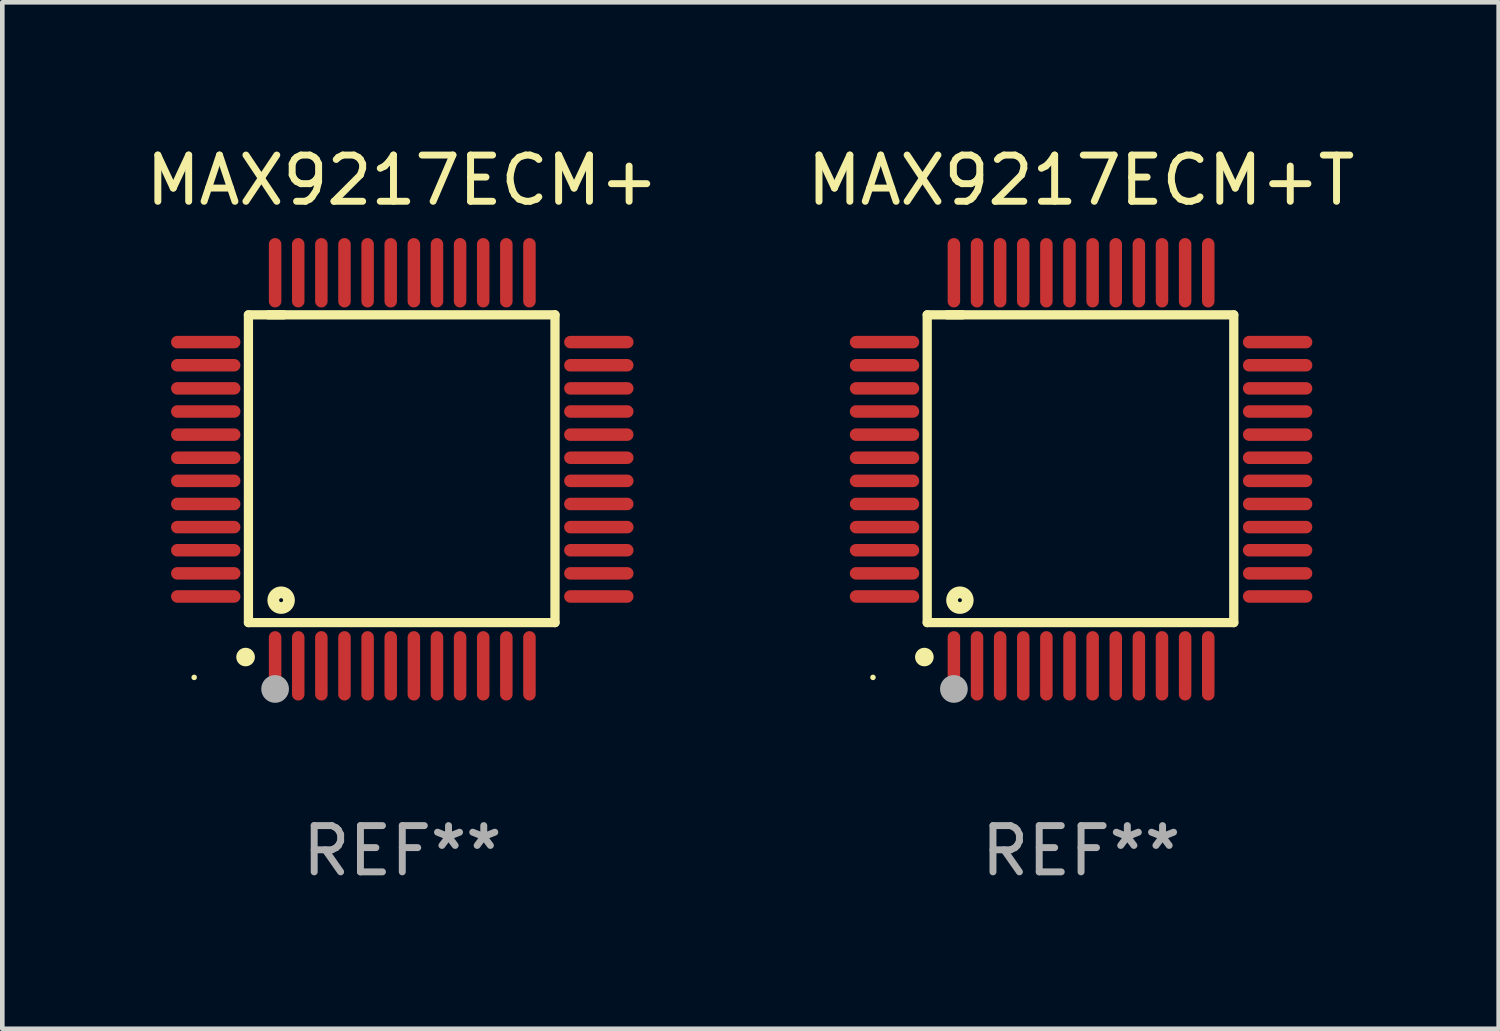
<source format=kicad_pcb>
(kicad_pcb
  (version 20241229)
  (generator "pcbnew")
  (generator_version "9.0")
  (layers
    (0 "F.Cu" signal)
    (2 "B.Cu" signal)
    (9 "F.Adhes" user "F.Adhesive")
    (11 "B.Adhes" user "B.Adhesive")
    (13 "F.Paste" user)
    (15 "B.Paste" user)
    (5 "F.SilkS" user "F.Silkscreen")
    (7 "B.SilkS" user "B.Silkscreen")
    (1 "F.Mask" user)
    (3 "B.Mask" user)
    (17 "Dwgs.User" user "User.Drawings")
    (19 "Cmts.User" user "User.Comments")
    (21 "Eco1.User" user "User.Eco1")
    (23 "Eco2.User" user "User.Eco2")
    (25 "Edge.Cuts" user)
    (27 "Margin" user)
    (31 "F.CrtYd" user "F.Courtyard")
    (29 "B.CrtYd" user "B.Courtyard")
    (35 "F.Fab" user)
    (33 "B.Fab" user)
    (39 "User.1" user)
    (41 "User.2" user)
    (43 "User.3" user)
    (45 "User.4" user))
  (footprint "MAX9217ECM+"
    (layer "F.Cu")
    (at 5.649 7.098)
    (property "Reference" "MAX9217ECM+" (at 0 -6.25 0) (layer "F.SilkS") (effects (font (size 1 1) (thickness 0.15))))
    (attr through_hole)
    (fp_line (start -3.327 -3.34) (end -2.565 -3.34) (stroke (width 0.2) (type solid)) (layer "F.SilkS"))
    (fp_line (start -3.327 3.315) (end -3.327 -3.34) (stroke (width 0.2) (type solid)) (layer "F.SilkS"))
    (fp_line (start -2.896 -3.34) (end 3.302 -3.34) (stroke (width 0.2) (type solid)) (layer "F.SilkS"))
    (fp_line (start 3.302 -3.34) (end 3.302 3.315) (stroke (width 0.2) (type solid)) (layer "F.SilkS"))
    (fp_line (start 3.302 3.315) (end -3.327 3.315) (stroke (width 0.2) (type solid)) (layer "F.SilkS"))
    (fp_arc (start -3.389992 4.059995) (mid -3.388722 4.059991) (end -3.387452 4.059995) (stroke (width 0.4) (type solid)) (layer "F.SilkS"))
    (fp_circle (center -4.5 4.5) (end -4.47 4.5) (stroke (width 0.06) (type solid)) (fill no) (layer "F.SilkS"))
    (fp_circle (center -2.62 2.83) (end -2.45 2.83) (stroke (width 0.254) (type solid)) (fill no) (layer "F.SilkS"))
    (fp_circle (center -2.75 4.75) (end -2.6 4.75) (stroke (width 0.3) (type solid)) (fill no) (layer "F.Fab"))
    (fp_text user "REF**" (at 0 8.25 0) (layer "F.Fab") (effects (font (size 1 1) (thickness 0.15))))
    (pad "1" smd oval (at -2.75 4.25) (size 0.27 1.5) (layers "F.Cu" "F.Mask" "F.Paste"))
    (pad "2" smd oval (at -2.25 4.25) (size 0.27 1.5) (layers "F.Cu" "F.Mask" "F.Paste"))
    (pad "3" smd oval (at -1.75 4.25) (size 0.27 1.5) (layers "F.Cu" "F.Mask" "F.Paste"))
    (pad "4" smd oval (at -1.25 4.25) (size 0.27 1.5) (layers "F.Cu" "F.Mask" "F.Paste"))
    (pad "5" smd oval (at -0.75 4.25) (size 0.27 1.5) (layers "F.Cu" "F.Mask" "F.Paste"))
    (pad "6" smd oval (at -0.25 4.25) (size 0.27 1.5) (layers "F.Cu" "F.Mask" "F.Paste"))
    (pad "7" smd oval (at 0.25 4.25) (size 0.27 1.5) (layers "F.Cu" "F.Mask" "F.Paste"))
    (pad "8" smd oval (at 0.75 4.25) (size 0.27 1.5) (layers "F.Cu" "F.Mask" "F.Paste"))
    (pad "9" smd oval (at 1.25 4.25) (size 0.27 1.5) (layers "F.Cu" "F.Mask" "F.Paste"))
    (pad "10" smd oval (at 1.75 4.25) (size 0.27 1.5) (layers "F.Cu" "F.Mask" "F.Paste"))
    (pad "11" smd oval (at 2.25 4.25) (size 0.27 1.5) (layers "F.Cu" "F.Mask" "F.Paste"))
    (pad "12" smd oval (at 2.75 4.25) (size 0.27 1.5) (layers "F.Cu" "F.Mask" "F.Paste"))
    (pad "13" smd oval (at 4.25 2.75) (size 1.5 0.27) (layers "F.Cu" "F.Mask" "F.Paste"))
    (pad "14" smd oval (at 4.25 2.25) (size 1.5 0.27) (layers "F.Cu" "F.Mask" "F.Paste"))
    (pad "15" smd oval (at 4.25 1.75) (size 1.5 0.27) (layers "F.Cu" "F.Mask" "F.Paste"))
    (pad "16" smd oval (at 4.25 1.25) (size 1.5 0.27) (layers "F.Cu" "F.Mask" "F.Paste"))
    (pad "17" smd oval (at 4.25 0.75) (size 1.5 0.27) (layers "F.Cu" "F.Mask" "F.Paste"))
    (pad "18" smd oval (at 4.25 0.25) (size 1.5 0.27) (layers "F.Cu" "F.Mask" "F.Paste"))
    (pad "19" smd oval (at 4.25 -0.25) (size 1.5 0.27) (layers "F.Cu" "F.Mask" "F.Paste"))
    (pad "20" smd oval (at 4.25 -0.75) (size 1.5 0.27) (layers "F.Cu" "F.Mask" "F.Paste"))
    (pad "21" smd oval (at 4.25 -1.25) (size 1.5 0.27) (layers "F.Cu" "F.Mask" "F.Paste"))
    (pad "22" smd oval (at 4.25 -1.75) (size 1.5 0.27) (layers "F.Cu" "F.Mask" "F.Paste"))
    (pad "23" smd oval (at 4.25 -2.25) (size 1.5 0.27) (layers "F.Cu" "F.Mask" "F.Paste"))
    (pad "24" smd oval (at 4.25 -2.75) (size 1.5 0.27) (layers "F.Cu" "F.Mask" "F.Paste"))
    (pad "25" smd oval (at 2.75 -4.25) (size 0.27 1.5) (layers "F.Cu" "F.Mask" "F.Paste"))
    (pad "26" smd oval (at 2.25 -4.25) (size 0.27 1.5) (layers "F.Cu" "F.Mask" "F.Paste"))
    (pad "27" smd oval (at 1.75 -4.25) (size 0.27 1.5) (layers "F.Cu" "F.Mask" "F.Paste"))
    (pad "28" smd oval (at 1.25 -4.25) (size 0.27 1.5) (layers "F.Cu" "F.Mask" "F.Paste"))
    (pad "29" smd oval (at 0.75 -4.25) (size 0.27 1.5) (layers "F.Cu" "F.Mask" "F.Paste"))
    (pad "30" smd oval (at 0.25 -4.25) (size 0.27 1.5) (layers "F.Cu" "F.Mask" "F.Paste"))
    (pad "31" smd oval (at -0.25 -4.25) (size 0.27 1.5) (layers "F.Cu" "F.Mask" "F.Paste"))
    (pad "32" smd oval (at -0.75 -4.25) (size 0.27 1.5) (layers "F.Cu" "F.Mask" "F.Paste"))
    (pad "33" smd oval (at -1.25 -4.25) (size 0.27 1.5) (layers "F.Cu" "F.Mask" "F.Paste"))
    (pad "34" smd oval (at -1.75 -4.25) (size 0.27 1.5) (layers "F.Cu" "F.Mask" "F.Paste"))
    (pad "35" smd oval (at -2.25 -4.25) (size 0.27 1.5) (layers "F.Cu" "F.Mask" "F.Paste"))
    (pad "36" smd oval (at -2.75 -4.25) (size 0.27 1.5) (layers "F.Cu" "F.Mask" "F.Paste"))
    (pad "37" smd oval (at -4.25 -2.75) (size 1.5 0.27) (layers "F.Cu" "F.Mask" "F.Paste"))
    (pad "38" smd oval (at -4.25 -2.25) (size 1.5 0.27) (layers "F.Cu" "F.Mask" "F.Paste"))
    (pad "39" smd oval (at -4.25 -1.75) (size 1.5 0.27) (layers "F.Cu" "F.Mask" "F.Paste"))
    (pad "40" smd oval (at -4.25 -1.25) (size 1.5 0.27) (layers "F.Cu" "F.Mask" "F.Paste"))
    (pad "41" smd oval (at -4.25 -0.75) (size 1.5 0.27) (layers "F.Cu" "F.Mask" "F.Paste"))
    (pad "42" smd oval (at -4.25 -0.25) (size 1.5 0.27) (layers "F.Cu" "F.Mask" "F.Paste"))
    (pad "43" smd oval (at -4.25 0.25) (size 1.5 0.27) (layers "F.Cu" "F.Mask" "F.Paste"))
    (pad "44" smd oval (at -4.25 0.75) (size 1.5 0.27) (layers "F.Cu" "F.Mask" "F.Paste"))
    (pad "45" smd oval (at -4.25 1.25) (size 1.5 0.27) (layers "F.Cu" "F.Mask" "F.Paste"))
    (pad "46" smd oval (at -4.25 1.75) (size 1.5 0.27) (layers "F.Cu" "F.Mask" "F.Paste"))
    (pad "47" smd oval (at -4.25 2.25) (size 1.5 0.27) (layers "F.Cu" "F.Mask" "F.Paste"))
    (pad "48" smd oval (at -4.25 2.75) (size 1.5 0.27) (layers "F.Cu" "F.Mask" "F.Paste")))
  (footprint "MAX9217ECM+T"
    (layer "F.Cu")
    (at 20.327 7.098)
    (property "Reference" "MAX9217ECM+T" (at 0 -6.25 0) (layer "F.SilkS") (effects (font (size 1 1) (thickness 0.15))))
    (attr through_hole)
    (fp_line (start -3.327 -3.34) (end -2.565 -3.34) (stroke (width 0.2) (type solid)) (layer "F.SilkS"))
    (fp_line (start -3.327 3.315) (end -3.327 -3.34) (stroke (width 0.2) (type solid)) (layer "F.SilkS"))
    (fp_line (start -2.896 -3.34) (end 3.302 -3.34) (stroke (width 0.2) (type solid)) (layer "F.SilkS"))
    (fp_line (start 3.302 -3.34) (end 3.302 3.315) (stroke (width 0.2) (type solid)) (layer "F.SilkS"))
    (fp_line (start 3.302 3.315) (end -3.327 3.315) (stroke (width 0.2) (type solid)) (layer "F.SilkS"))
    (fp_arc (start -3.389992 4.059995) (mid -3.388722 4.059991) (end -3.387452 4.059995) (stroke (width 0.4) (type solid)) (layer "F.SilkS"))
    (fp_circle (center -4.5 4.5) (end -4.47 4.5) (stroke (width 0.06) (type solid)) (fill no) (layer "F.SilkS"))
    (fp_circle (center -2.62 2.83) (end -2.45 2.83) (stroke (width 0.254) (type solid)) (fill no) (layer "F.SilkS"))
    (fp_circle (center -2.75 4.75) (end -2.6 4.75) (stroke (width 0.3) (type solid)) (fill no) (layer "F.Fab"))
    (fp_text user "REF**" (at 0 8.25 0) (layer "F.Fab") (effects (font (size 1 1) (thickness 0.15))))
    (pad "1" smd oval (at -2.75 4.25) (size 0.27 1.5) (layers "F.Cu" "F.Mask" "F.Paste"))
    (pad "2" smd oval (at -2.25 4.25) (size 0.27 1.5) (layers "F.Cu" "F.Mask" "F.Paste"))
    (pad "3" smd oval (at -1.75 4.25) (size 0.27 1.5) (layers "F.Cu" "F.Mask" "F.Paste"))
    (pad "4" smd oval (at -1.25 4.25) (size 0.27 1.5) (layers "F.Cu" "F.Mask" "F.Paste"))
    (pad "5" smd oval (at -0.75 4.25) (size 0.27 1.5) (layers "F.Cu" "F.Mask" "F.Paste"))
    (pad "6" smd oval (at -0.25 4.25) (size 0.27 1.5) (layers "F.Cu" "F.Mask" "F.Paste"))
    (pad "7" smd oval (at 0.25 4.25) (size 0.27 1.5) (layers "F.Cu" "F.Mask" "F.Paste"))
    (pad "8" smd oval (at 0.75 4.25) (size 0.27 1.5) (layers "F.Cu" "F.Mask" "F.Paste"))
    (pad "9" smd oval (at 1.25 4.25) (size 0.27 1.5) (layers "F.Cu" "F.Mask" "F.Paste"))
    (pad "10" smd oval (at 1.75 4.25) (size 0.27 1.5) (layers "F.Cu" "F.Mask" "F.Paste"))
    (pad "11" smd oval (at 2.25 4.25) (size 0.27 1.5) (layers "F.Cu" "F.Mask" "F.Paste"))
    (pad "12" smd oval (at 2.75 4.25) (size 0.27 1.5) (layers "F.Cu" "F.Mask" "F.Paste"))
    (pad "13" smd oval (at 4.25 2.75) (size 1.5 0.27) (layers "F.Cu" "F.Mask" "F.Paste"))
    (pad "14" smd oval (at 4.25 2.25) (size 1.5 0.27) (layers "F.Cu" "F.Mask" "F.Paste"))
    (pad "15" smd oval (at 4.25 1.75) (size 1.5 0.27) (layers "F.Cu" "F.Mask" "F.Paste"))
    (pad "16" smd oval (at 4.25 1.25) (size 1.5 0.27) (layers "F.Cu" "F.Mask" "F.Paste"))
    (pad "17" smd oval (at 4.25 0.75) (size 1.5 0.27) (layers "F.Cu" "F.Mask" "F.Paste"))
    (pad "18" smd oval (at 4.25 0.25) (size 1.5 0.27) (layers "F.Cu" "F.Mask" "F.Paste"))
    (pad "19" smd oval (at 4.25 -0.25) (size 1.5 0.27) (layers "F.Cu" "F.Mask" "F.Paste"))
    (pad "20" smd oval (at 4.25 -0.75) (size 1.5 0.27) (layers "F.Cu" "F.Mask" "F.Paste"))
    (pad "21" smd oval (at 4.25 -1.25) (size 1.5 0.27) (layers "F.Cu" "F.Mask" "F.Paste"))
    (pad "22" smd oval (at 4.25 -1.75) (size 1.5 0.27) (layers "F.Cu" "F.Mask" "F.Paste"))
    (pad "23" smd oval (at 4.25 -2.25) (size 1.5 0.27) (layers "F.Cu" "F.Mask" "F.Paste"))
    (pad "24" smd oval (at 4.25 -2.75) (size 1.5 0.27) (layers "F.Cu" "F.Mask" "F.Paste"))
    (pad "25" smd oval (at 2.75 -4.25) (size 0.27 1.5) (layers "F.Cu" "F.Mask" "F.Paste"))
    (pad "26" smd oval (at 2.25 -4.25) (size 0.27 1.5) (layers "F.Cu" "F.Mask" "F.Paste"))
    (pad "27" smd oval (at 1.75 -4.25) (size 0.27 1.5) (layers "F.Cu" "F.Mask" "F.Paste"))
    (pad "28" smd oval (at 1.25 -4.25) (size 0.27 1.5) (layers "F.Cu" "F.Mask" "F.Paste"))
    (pad "29" smd oval (at 0.75 -4.25) (size 0.27 1.5) (layers "F.Cu" "F.Mask" "F.Paste"))
    (pad "30" smd oval (at 0.25 -4.25) (size 0.27 1.5) (layers "F.Cu" "F.Mask" "F.Paste"))
    (pad "31" smd oval (at -0.25 -4.25) (size 0.27 1.5) (layers "F.Cu" "F.Mask" "F.Paste"))
    (pad "32" smd oval (at -0.75 -4.25) (size 0.27 1.5) (layers "F.Cu" "F.Mask" "F.Paste"))
    (pad "33" smd oval (at -1.25 -4.25) (size 0.27 1.5) (layers "F.Cu" "F.Mask" "F.Paste"))
    (pad "34" smd oval (at -1.75 -4.25) (size 0.27 1.5) (layers "F.Cu" "F.Mask" "F.Paste"))
    (pad "35" smd oval (at -2.25 -4.25) (size 0.27 1.5) (layers "F.Cu" "F.Mask" "F.Paste"))
    (pad "36" smd oval (at -2.75 -4.25) (size 0.27 1.5) (layers "F.Cu" "F.Mask" "F.Paste"))
    (pad "37" smd oval (at -4.25 -2.75) (size 1.5 0.27) (layers "F.Cu" "F.Mask" "F.Paste"))
    (pad "38" smd oval (at -4.25 -2.25) (size 1.5 0.27) (layers "F.Cu" "F.Mask" "F.Paste"))
    (pad "39" smd oval (at -4.25 -1.75) (size 1.5 0.27) (layers "F.Cu" "F.Mask" "F.Paste"))
    (pad "40" smd oval (at -4.25 -1.25) (size 1.5 0.27) (layers "F.Cu" "F.Mask" "F.Paste"))
    (pad "41" smd oval (at -4.25 -0.75) (size 1.5 0.27) (layers "F.Cu" "F.Mask" "F.Paste"))
    (pad "42" smd oval (at -4.25 -0.25) (size 1.5 0.27) (layers "F.Cu" "F.Mask" "F.Paste"))
    (pad "43" smd oval (at -4.25 0.25) (size 1.5 0.27) (layers "F.Cu" "F.Mask" "F.Paste"))
    (pad "44" smd oval (at -4.25 0.75) (size 1.5 0.27) (layers "F.Cu" "F.Mask" "F.Paste"))
    (pad "45" smd oval (at -4.25 1.25) (size 1.5 0.27) (layers "F.Cu" "F.Mask" "F.Paste"))
    (pad "46" smd oval (at -4.25 1.75) (size 1.5 0.27) (layers "F.Cu" "F.Mask" "F.Paste"))
    (pad "47" smd oval (at -4.25 2.25) (size 1.5 0.27) (layers "F.Cu" "F.Mask" "F.Paste"))
    (pad "48" smd oval (at -4.25 2.75) (size 1.5 0.27) (layers "F.Cu" "F.Mask" "F.Paste")))
  (gr_rect
    (start -3 -3)
    (end 29.357 19.196)
    (stroke (width 0.1) (type default))
    (fill no)
    (layer "Edge.Cuts")))
</source>
